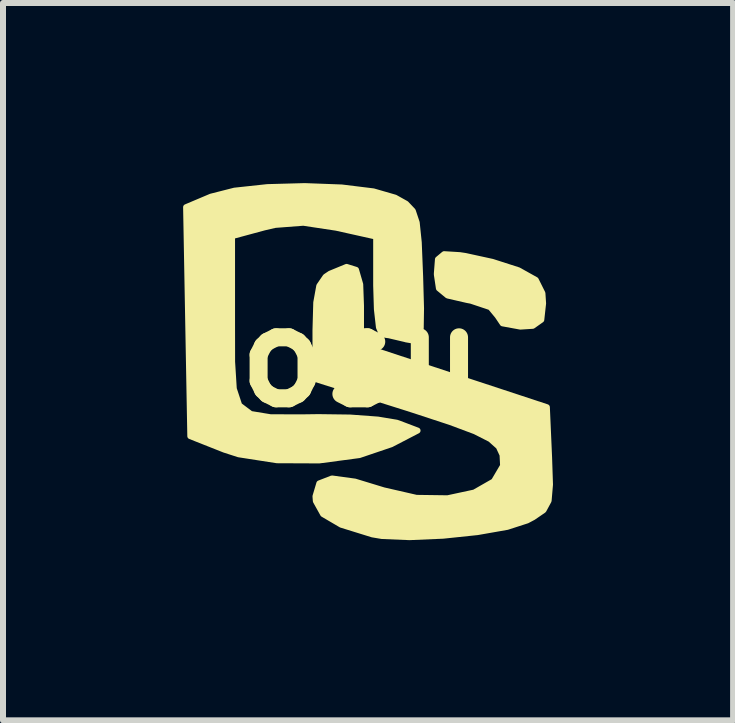
<source format=kicad_pcb>
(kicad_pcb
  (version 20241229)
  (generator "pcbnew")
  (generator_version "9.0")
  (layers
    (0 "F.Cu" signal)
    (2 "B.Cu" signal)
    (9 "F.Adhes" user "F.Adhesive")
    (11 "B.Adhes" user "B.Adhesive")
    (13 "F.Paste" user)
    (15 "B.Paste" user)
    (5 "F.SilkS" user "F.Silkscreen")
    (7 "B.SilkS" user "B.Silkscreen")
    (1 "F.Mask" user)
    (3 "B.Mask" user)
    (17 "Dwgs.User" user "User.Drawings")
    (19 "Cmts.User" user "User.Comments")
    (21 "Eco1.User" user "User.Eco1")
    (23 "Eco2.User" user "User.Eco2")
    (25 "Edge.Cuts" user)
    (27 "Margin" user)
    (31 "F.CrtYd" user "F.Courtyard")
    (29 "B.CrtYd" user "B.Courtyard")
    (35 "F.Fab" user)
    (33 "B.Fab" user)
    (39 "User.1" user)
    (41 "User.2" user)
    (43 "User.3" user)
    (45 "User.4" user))
  (footprint "osu"
    (layer "F.Cu")
    (at 2.963 2.895)
    (property "Reference" "osu" (at 0 0 0) (layer "F.SilkS") (effects (font (size 1.524 1.524) (thickness 0.3))))
    (attr through_hole)
    (fp_poly (pts (xy 3.033 -0.891) (xy 3.003 -0.619) (xy 2.86 -0.518) (xy 2.654 -0.505) (xy 2.359 -0.559) (xy 2.275 -0.684) (xy 2.156 -0.828) (xy 1.833 -0.936) (xy 1.769 -0.948) (xy 1.443 -1.023) (xy 1.298 -1.143) (xy 1.264 -1.37) (xy 1.264 -1.393) (xy 1.282 -1.625) (xy 1.385 -1.711) (xy 1.645 -1.695) (xy 1.738 -1.681) (xy 2.187 -1.583) (xy 2.613 -1.446) (xy 2.622 -1.443) (xy 2.911 -1.282) (xy 3.022 -1.06) (xy 3.033 -0.891)) (stroke (width 0.1) (type solid)) (fill yes) (layer "F.SilkS"))
    (fp_poly (pts (xy 3.148 2.126) (xy 3.125 2.395) (xy 3.04 2.552) (xy 2.868 2.67) (xy 2.766 2.724) (xy 2.435 2.831) (xy 1.939 2.918) (xy 1.367 2.978) (xy 0.808 3.002) (xy 0.35 2.983) (xy 0.19 2.956) (xy -0.329 2.795) (xy -0.631 2.618) (xy -0.752 2.401) (xy -0.758 2.322) (xy -0.694 2.107) (xy -0.483 2.025) (xy -0.101 2.077) (xy 0.378 2.223) (xy 0.923 2.348) (xy 1.443 2.355) (xy 1.889 2.259) (xy 2.214 2.073) (xy 2.367 1.813) (xy 2.358 1.631) (xy 2.294 1.493) (xy 2.155 1.369) (xy 1.899 1.239) (xy 1.487 1.085) (xy 0.878 0.885) (xy 0.76 0.847) (xy -0.758 0.368) (xy -0.758 -0.443) (xy -0.745 -0.906) (xy -0.695 -1.182) (xy -0.59 -1.335) (xy -0.514 -1.386) (xy -0.24 -1.499) (xy -0.083 -1.45) (xy -0.013 -1.208) (xy 0 -0.849) (xy 0 -0.182) (xy 1.548 0.328) (xy 3.096 0.838) (xy 3.133 1.676) (xy 3.148 2.126)) (stroke (width 0.1) (type solid)) (fill yes) (layer "F.SilkS"))
    (fp_poly (pts (xy 1 -0.808) (xy 0.995 -0.483) (xy 0.96 -0.318) (xy 0.883 -0.27) (xy 0.753 -0.292) (xy 0.732 -0.298) (xy 0.468 -0.36) (xy 0.348 -0.377) (xy 0.299 -0.494) (xy 0.265 -0.795) (xy 0.253 -1.191) (xy 0.253 -2.004) (xy -0.411 -2.152) (xy -0.96 -2.235) (xy -1.43 -2.199) (xy -1.612 -2.157) (xy -2.148 -2.012) (xy -2.148 -0.577) (xy -2.147 0.083) (xy -2.119 0.531) (xy -2.028 0.807) (xy -1.837 0.951) (xy -1.509 1.005) (xy -1.007 1.007) (xy -0.708 1.003) (xy -0.182 1.01) (xy 0.28 1.044) (xy 0.593 1.096) (xy 0.629 1.108) (xy 0.942 1.227) (xy 0.503 1.455) (xy -0.028 1.635) (xy -0.696 1.724) (xy -1.4 1.721) (xy -2.037 1.622) (xy -2.275 1.545) (xy -2.843 1.32) (xy -2.878 -0.587) (xy -2.913 -2.494) (xy -2.499 -2.669) (xy -2.106 -2.769) (xy -1.559 -2.828) (xy -0.937 -2.845) (xy -0.321 -2.822) (xy 0.207 -2.757) (xy 0.567 -2.653) (xy 0.569 -2.652) (xy 0.75 -2.551) (xy 0.863 -2.432) (xy 0.928 -2.237) (xy 0.962 -1.908) (xy 0.983 -1.389) (xy 0.985 -1.341) (xy 1 -0.808)) (stroke (width 0.1) (type solid)) (fill yes) (layer "F.SilkS")))
  (gr_rect
    (start -3 -3)
    (end 9.161 8.948)
    (stroke (width 0.1) (type default))
    (fill no)
    (layer "Edge.Cuts")))
</source>
